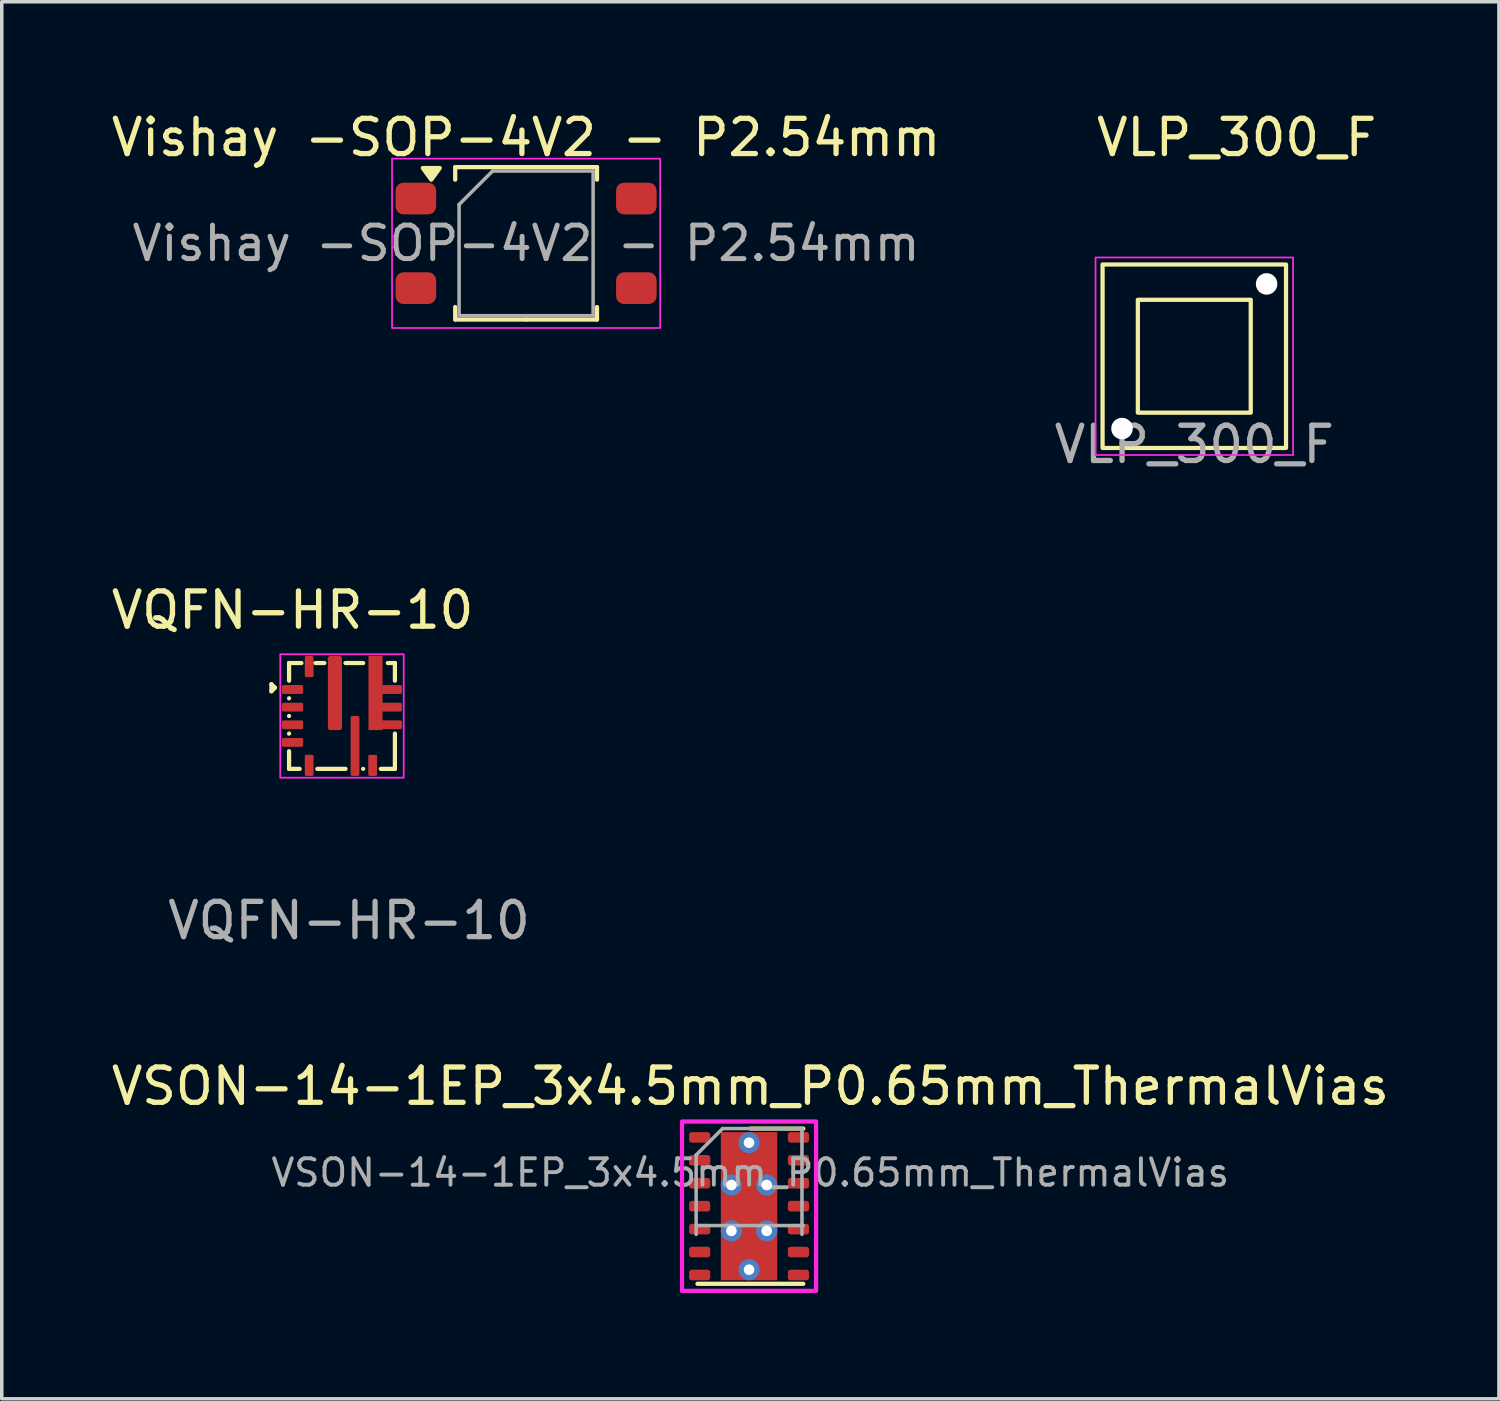
<source format=kicad_pcb>
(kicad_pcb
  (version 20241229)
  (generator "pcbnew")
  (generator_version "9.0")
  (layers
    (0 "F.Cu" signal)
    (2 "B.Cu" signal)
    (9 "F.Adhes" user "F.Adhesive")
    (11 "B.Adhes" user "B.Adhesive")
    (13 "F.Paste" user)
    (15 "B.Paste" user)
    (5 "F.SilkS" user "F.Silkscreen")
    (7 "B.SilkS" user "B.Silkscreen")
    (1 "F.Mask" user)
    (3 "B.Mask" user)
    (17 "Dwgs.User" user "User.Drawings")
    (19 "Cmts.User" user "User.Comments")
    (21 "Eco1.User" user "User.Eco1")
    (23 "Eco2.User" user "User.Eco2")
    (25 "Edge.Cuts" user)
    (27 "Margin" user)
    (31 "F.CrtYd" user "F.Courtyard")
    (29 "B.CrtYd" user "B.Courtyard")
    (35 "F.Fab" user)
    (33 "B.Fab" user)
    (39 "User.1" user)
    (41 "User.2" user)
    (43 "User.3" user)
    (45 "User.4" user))
  (footprint "Vishay -SOP-4V2 - P2.54mm"
    (layer "F.Cu")
    (at 11.863 3.848)
    (property "Reference" "Vishay -SOP-4V2 - P2.54mm" (at 0 -3 0) (layer "F.SilkS") (effects (font (size 1 1) (thickness 0.15))))
    (attr smd)
    (fp_line (start -2.01 -2.16) (end -2.01 -1.805) (stroke (width 0.12) (type solid)) (layer "F.SilkS"))
    (fp_line (start -2.01 2.16) (end -2.01 1.805) (stroke (width 0.12) (type solid)) (layer "F.SilkS"))
    (fp_line (start 0 -2.16) (end -2.01 -2.16) (stroke (width 0.12) (type solid)) (layer "F.SilkS"))
    (fp_line (start 0 -2.16) (end 2.01 -2.16) (stroke (width 0.12) (type solid)) (layer "F.SilkS"))
    (fp_line (start 0 2.16) (end -2.01 2.16) (stroke (width 0.12) (type solid)) (layer "F.SilkS"))
    (fp_line (start 0 2.16) (end 2.01 2.16) (stroke (width 0.12) (type solid)) (layer "F.SilkS"))
    (fp_line (start 2.01 -2.16) (end 2.01 -1.805) (stroke (width 0.12) (type solid)) (layer "F.SilkS"))
    (fp_line (start 2.01 2.16) (end 2.01 1.805) (stroke (width 0.12) (type solid)) (layer "F.SilkS"))
    (fp_poly (pts (xy -2.688 -1.805) (xy -2.928 -2.135) (xy -2.447 -2.135) (xy -2.688 -1.805)) (stroke (width 0.12) (type solid)) (fill yes) (layer "F.SilkS"))
    (fp_rect (start -3.8 -2.4) (end 3.8 2.4) (stroke (width 0.05) (type default)) (fill no) (layer "F.CrtYd"))
    (fp_line (start -1.9 -1.1) (end -0.95 -2.05) (stroke (width 0.1) (type solid)) (layer "F.Fab"))
    (fp_line (start -1.9 2.05) (end -1.9 -1.1) (stroke (width 0.1) (type solid)) (layer "F.Fab"))
    (fp_line (start -0.95 -2.05) (end 1.9 -2.05) (stroke (width 0.1) (type solid)) (layer "F.Fab"))
    (fp_line (start 1.9 -2.05) (end 1.9 2.05) (stroke (width 0.1) (type solid)) (layer "F.Fab"))
    (fp_line (start 1.9 2.05) (end -1.9 2.05) (stroke (width 0.1) (type solid)) (layer "F.Fab"))
    (fp_text user "${REFERENCE}" (at 0 0 0) (layer "F.Fab") (effects (font (size 0.95 0.95) (thickness 0.14))))
    (pad "1" smd roundrect (at -3.125 -1.27) (size 1.15 0.9) (layers "F.Cu" "F.Mask" "F.Paste") (roundrect_rratio 0.25))
    (pad "2" smd roundrect (at -3.125 1.27) (size 1.15 0.9) (layers "F.Cu" "F.Mask" "F.Paste") (roundrect_rratio 0.25))
    (pad "3" smd roundrect (at 3.125 1.27) (size 1.15 0.9) (layers "F.Cu" "F.Mask" "F.Paste") (roundrect_rratio 0.25))
    (pad "4" smd roundrect (at 3.125 -1.27) (size 1.15 0.9) (layers "F.Cu" "F.Mask" "F.Paste") (roundrect_rratio 0.25)))
  (footprint "VLP_300_F"
    (layer "F.Cu")
    (at 30.804 7.048)
    (property "Reference" "VLP_300_F" (at 1.2 -6.2 0) (unlocked yes) (layer "F.SilkS") (effects (font (size 1 1) (thickness 0.15))))
    (attr through_hole)
    (fp_rect (start -2.6 -2.6) (end 2.6 2.6) (stroke (width 0.12) (type default)) (fill no) (layer "F.SilkS"))
    (fp_rect (start -1.6 -1.6) (end 1.6 1.6) (stroke (width 0.12) (type default)) (fill no) (layer "F.SilkS"))
    (fp_rect (start -2.8 -2.8) (end 2.8 2.8) (stroke (width 0.05) (type default)) (fill no) (layer "F.CrtYd"))
    (fp_text user "${REFERENCE}" (at 0 2.5 0) (unlocked yes) (layer "F.Fab") (effects (font (size 1 1) (thickness 0.15))))
    (pad "" np_thru_hole circle (at -2.05 2.05) (size 0.61 0.61) (drill 0.61) (layers "*.Cu" "*.Mask"))
    (pad "" np_thru_hole circle (at 2.05 -2.05) (size 0.61 0.61) (drill 0.61) (layers "*.Cu" "*.Mask")))
  (footprint "VQFN-HR-10"
    (layer "F.Cu")
    (at 6.644 17.245)
    (property "Reference" "VQFN-HR-10" (at -1.4 -3 0) (unlocked yes) (layer "F.SilkS") (effects (font (size 1 1) (thickness 0.15))))
    (attr smd)
    (fp_line (start -2 -0.9) (end -1.9 -0.8) (stroke (width 0.12) (type default)) (layer "F.SilkS"))
    (fp_line (start -2 -0.7) (end -2 -0.9) (stroke (width 0.12) (type default)) (layer "F.SilkS"))
    (fp_line (start -1.9 -0.8) (end -2 -0.7) (stroke (width 0.12) (type default)) (layer "F.SilkS"))
    (fp_line (start -1.5 -1) (end -1.5 -1.5) (stroke (width 0.12) (type default)) (layer "F.SilkS"))
    (fp_line (start -1.5 -0.5) (end -1.5 -0.5) (stroke (width 0.12) (type default)) (layer "F.SilkS"))
    (fp_line (start -1.5 0) (end -1.5 0) (stroke (width 0.12) (type default)) (layer "F.SilkS"))
    (fp_line (start -1.5 0.5) (end -1.5 0.5) (stroke (width 0.12) (type default)) (layer "F.SilkS"))
    (fp_line (start -1.5 1.5) (end -1.5 1) (stroke (width 0.12) (type default)) (layer "F.SilkS"))
    (fp_line (start -1.2 1.5) (end -1.5 1.5) (stroke (width 0.12) (type default)) (layer "F.SilkS"))
    (fp_line (start -1.15 -1.5) (end -1.5 -1.5) (stroke (width 0.12) (type default)) (layer "F.SilkS"))
    (fp_line (start -0.5 -1.5) (end -0.75 -1.5) (stroke (width 0.12) (type default)) (layer "F.SilkS"))
    (fp_line (start 0.1 1.5) (end -0.7 1.5) (stroke (width 0.12) (type default)) (layer "F.SilkS"))
    (fp_line (start 0.6 -1.5) (end 0.1 -1.5) (stroke (width 0.12) (type default)) (layer "F.SilkS"))
    (fp_line (start 0.6 1.5) (end 0.6 1.5) (stroke (width 0.12) (type default)) (layer "F.SilkS"))
    (fp_line (start 1.3 -1.5) (end 1.5 -1.5) (stroke (width 0.12) (type default)) (layer "F.SilkS"))
    (fp_line (start 1.5 -1.5) (end 1.5 -1) (stroke (width 0.12) (type default)) (layer "F.SilkS"))
    (fp_line (start 1.5 1.5) (end 1.1 1.5) (stroke (width 0.12) (type default)) (layer "F.SilkS"))
    (fp_line (start 1.5 1.5) (end 1.5 0.5) (stroke (width 0.12) (type default)) (layer "F.SilkS"))
    (fp_rect (start -1.75 -1.75) (end 1.75 1.75) (stroke (width 0.05) (type default)) (fill no) (layer "F.CrtYd"))
    (fp_text user "${REFERENCE}" (at 0.2 5.8 0) (unlocked yes) (layer "F.Fab") (effects (font (size 1 1) (thickness 0.15))))
    (pad "1" smd roundrect (at -1.4 -0.75) (size 0.6 0.25) (layers "F.Cu" "F.Mask" "F.Paste") (roundrect_rratio 0.17))
    (pad "2" smd roundrect (at -1.4 -0.25) (size 0.6 0.25) (layers "F.Cu" "F.Mask" "F.Paste") (roundrect_rratio 0.17))
    (pad "3" smd roundrect (at -1.4 0.25) (size 0.6 0.25) (layers "F.Cu" "F.Mask" "F.Paste") (roundrect_rratio 0.17))
    (pad "4" smd roundrect (at -1.4 0.75) (size 0.6 0.25) (layers "F.Cu" "F.Mask" "F.Paste") (roundrect_rratio 0.17))
    (pad "5" smd roundrect (at -0.93 1.4 90) (size 0.6 0.25) (layers "F.Cu" "F.Mask" "F.Paste") (roundrect_rratio 0.17))
    (pad "6" smd roundrect (at 0.37 0.85 90) (size 1.7 0.25) (layers "F.Cu" "F.Mask" "F.Paste") (roundrect_rratio 0.17))
    (pad "7" smd roundrect (at 0.87 1.4 90) (size 0.6 0.25) (layers "F.Cu" "F.Mask" "F.Paste") (roundrect_rratio 0.17))
    (pad "8" smd custom (at 0.95 -0.65 90) (size 2.1 0.4) (layers "F.Cu" "F.Mask" "F.Paste") (options (anchor rect)) (primitives (gr_poly (pts (arc (start -0.22472 0.154804) (mid -0.260075 0.169408) (end -0.27472 0.204704)) (arc (start -0.27472 0.699604) (mid -0.289365 0.734959) (end -0.32472 0.749604)) (arc (start -0.47472 0.749604) (mid -0.510075 0.734959) (end -0.52472 0.699604)) (arc (start -0.52472 0.202755) (mid -0.539365 0.169408) (end -0.57475 0.154763)) (arc (start -0.72703 0.154763) (mid -0.760061 0.169434) (end -0.77472 0.204904)) (arc (start -0.77472 0.699604) (mid -0.789365 0.734959) (end -0.82472 0.749604)) (arc (start -0.97472 0.749604) (mid -1.010075 0.734959) (end -1.02472 0.699604)) (xy -1.025 0.15) (arc (start -1.02472 -0.100396) (mid -1.010075 -0.135751) (end -0.97472 -0.150396)) (arc (start 0.17528 -0.150396) (mid 0.210635 -0.135751) (end 0.22528 -0.100396)) (xy 0.225 0.155) (arc (start 0.22528 0.699604) (mid 0.210635 0.734959) (end 0.17528 0.749604)) (arc (start 0.02528 0.749604) (mid -0.010075 0.734959) (end -0.02472 0.699604)) (arc (start -0.02472 0.204763) (mid -0.03935 0.169405) (end -0.07472 0.154763)) (xy -0.225 0.155)) (width 0) (fill yes)) (gr_line (start -0.225 0.155) (end -0.225 0.155) (width 0.005))))
    (pad "9" smd roundrect (at -0.2 -0.65 90) (size 2.1 0.4) (layers "F.Cu" "F.Mask" "F.Paste") (roundrect_rratio 0.17))
    (pad "10" smd roundrect (at -0.93 -1.4 90) (size 0.6 0.25) (layers "F.Cu" "F.Mask" "F.Paste") (roundrect_rratio 0.17)))
  (footprint "VSON-14-1EP_3x4.5mm_P0.65mm_ThermalVias"
    (layer "F.Cu")
    (at 18.183 31.141)
    (property "Reference" "VSON-14-1EP_3x4.5mm_P0.65mm_ThermalVias" (at 0.037 -3.4 0) (layer "F.SilkS") (effects (font (size 1 1) (thickness 0.15))))
    (attr smd)
    (fp_line (start -1.462 2.2) (end 1.538 2.2) (stroke (width 0.12) (type solid)) (layer "F.SilkS"))
    (fp_line (start 0.037 -2.2) (end 1.538 -2.2) (stroke (width 0.12) (type solid)) (layer "F.SilkS"))
    (fp_rect (start -1.9 2.4) (end 1.9 -2.4) (stroke (width 0.12) (type default)) (fill no) (layer "F.CrtYd"))
    (fp_line (start -1.5 -1.45) (end -0.75 -2.2) (stroke (width 0.1) (type solid)) (layer "F.Fab"))
    (fp_line (start -1.5 0.8) (end -1.5 -1.45) (stroke (width 0.1) (type solid)) (layer "F.Fab"))
    (fp_line (start -0.75 -2.2) (end 1.5 -2.2) (stroke (width 0.1) (type solid)) (layer "F.Fab"))
    (fp_line (start 1.5 -2.2) (end 1.5 0.8) (stroke (width 0.1) (type solid)) (layer "F.Fab"))
    (fp_line (start 1.538 0.55) (end -1.462 0.55) (stroke (width 0.1) (type solid)) (layer "F.Fab"))
    (fp_text user "${REFERENCE}" (at 0.037 -0.95 0) (layer "F.Fab") (effects (font (size 0.75 0.75) (thickness 0.11))))
    (pad "1" smd roundrect (at -1.4 -1.95) (size 0.6 0.3) (layers "F.Cu" "F.Mask" "F.Paste") (roundrect_rratio 0.25))
    (pad "2" smd roundrect (at -1.4 -1.3) (size 0.6 0.3) (layers "F.Cu" "F.Mask" "F.Paste") (roundrect_rratio 0.25))
    (pad "3" smd roundrect (at -1.4 -0.65) (size 0.6 0.3) (layers "F.Cu" "F.Mask" "F.Paste") (roundrect_rratio 0.25))
    (pad "4" smd roundrect (at -1.4 0) (size 0.6 0.3) (layers "F.Cu" "F.Mask" "F.Paste") (roundrect_rratio 0.25))
    (pad "5" smd roundrect (at -1.4 0.65) (size 0.6 0.3) (layers "F.Cu" "F.Mask" "F.Paste") (roundrect_rratio 0.25))
    (pad "6" smd roundrect (at -1.4 1.3) (size 0.6 0.3) (layers "F.Cu" "F.Mask" "F.Paste") (roundrect_rratio 0.25))
    (pad "7" smd roundrect (at -1.4 1.95) (size 0.6 0.3) (layers "F.Cu" "F.Mask" "F.Paste") (roundrect_rratio 0.25))
    (pad "8" smd roundrect (at 1.4 1.95) (size 0.6 0.3) (layers "F.Cu" "F.Mask" "F.Paste") (roundrect_rratio 0.25))
    (pad "9" smd roundrect (at 1.4 1.3) (size 0.6 0.3) (layers "F.Cu" "F.Mask" "F.Paste") (roundrect_rratio 0.25))
    (pad "10" smd roundrect (at 1.4 0.65) (size 0.6 0.3) (layers "F.Cu" "F.Mask" "F.Paste") (roundrect_rratio 0.25))
    (pad "11" smd roundrect (at 1.4 0) (size 0.6 0.3) (layers "F.Cu" "F.Mask" "F.Paste") (roundrect_rratio 0.25))
    (pad "12" smd roundrect (at 1.4 -0.65) (size 0.6 0.3) (layers "F.Cu" "F.Mask" "F.Paste") (roundrect_rratio 0.25))
    (pad "13" smd roundrect (at 1.4 -1.3) (size 0.6 0.3) (layers "F.Cu" "F.Mask" "F.Paste") (roundrect_rratio 0.25))
    (pad "14" smd roundrect (at 1.4 -1.95) (size 0.6 0.3) (layers "F.Cu" "F.Mask" "F.Paste") (roundrect_rratio 0.25))
    (pad "15" thru_hole circle (at -0.5 -0.6) (size 0.6 0.6) (drill 0.3) (layers "*.Cu"))
    (pad "15" thru_hole circle (at -0.5 0.7) (size 0.6 0.6) (drill 0.3) (layers "*.Cu"))
    (pad "15" thru_hole circle (at 0 -1.8) (size 0.6 0.6) (drill 0.3) (layers "*.Cu"))
    (pad "15" smd rect (at 0 0) (size 1.6 4.2) (layers "F.Cu" "F.Mask"))
    (pad "15" thru_hole circle (at 0 1.8) (size 0.6 0.6) (drill 0.3) (layers "*.Cu"))
    (pad "15" thru_hole circle (at 0.5 -0.6) (size 0.6 0.6) (drill 0.3) (layers "*.Cu"))
    (pad "15" thru_hole circle (at 0.5 0.7) (size 0.6 0.6) (drill 0.3) (layers "*.Cu")))
  (gr_rect
    (start -3 -3)
    (end 39.44 36.601)
    (stroke (width 0.1) (type default))
    (fill no)
    (layer "Edge.Cuts")))
</source>
